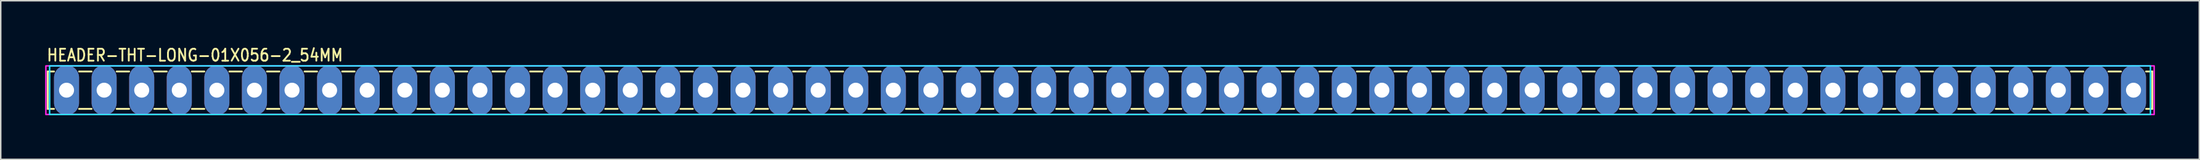
<source format=kicad_pcb>
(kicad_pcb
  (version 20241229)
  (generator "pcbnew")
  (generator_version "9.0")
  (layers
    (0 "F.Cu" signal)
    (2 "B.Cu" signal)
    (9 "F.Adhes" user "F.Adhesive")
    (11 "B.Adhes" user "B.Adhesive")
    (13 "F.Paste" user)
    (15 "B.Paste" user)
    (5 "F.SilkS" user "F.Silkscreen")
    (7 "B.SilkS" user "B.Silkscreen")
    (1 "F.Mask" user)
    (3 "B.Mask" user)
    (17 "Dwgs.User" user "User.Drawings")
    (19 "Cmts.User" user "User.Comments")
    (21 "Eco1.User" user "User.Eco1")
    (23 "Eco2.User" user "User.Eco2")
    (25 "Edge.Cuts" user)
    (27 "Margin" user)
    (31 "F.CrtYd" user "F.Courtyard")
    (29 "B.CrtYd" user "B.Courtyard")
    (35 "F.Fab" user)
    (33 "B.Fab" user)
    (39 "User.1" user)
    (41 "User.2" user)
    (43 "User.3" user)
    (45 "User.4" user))
  (footprint "HEADER-THT-LONG-01X056-2_54MM"
    (layer "F.Cu")
    (at 1.447 3.079)
    (property "Reference" "HEADER-THT-LONG-01X056-2_54MM" (at -1.4 -1.9 0) (unlocked yes) (layer "F.SilkS") (effects (font (size 0.813 0.695) (thickness 0.122)) (justify left bottom)))
    (fp_line (start -1.27 -1.27) (end -1.27 1.27) (stroke (width 0.127) (type solid)) (layer "F.SilkS"))
    (fp_line (start -1.27 1.27) (end -0.85 1.27) (stroke (width 0.127) (type solid)) (layer "F.SilkS"))
    (fp_line (start -0.85 -1.27) (end -1.27 -1.27) (stroke (width 0.127) (type solid)) (layer "F.SilkS"))
    (fp_line (start 0.85 -1.27) (end 1.69 -1.27) (stroke (width 0.127) (type solid)) (layer "F.SilkS"))
    (fp_line (start 0.85 1.27) (end 1.69 1.27) (stroke (width 0.127) (type solid)) (layer "F.SilkS"))
    (fp_line (start 3.39 -1.27) (end 4.23 -1.27) (stroke (width 0.127) (type solid)) (layer "F.SilkS"))
    (fp_line (start 3.39 1.27) (end 4.23 1.27) (stroke (width 0.127) (type solid)) (layer "F.SilkS"))
    (fp_line (start 5.93 -1.27) (end 6.77 -1.27) (stroke (width 0.127) (type solid)) (layer "F.SilkS"))
    (fp_line (start 5.93 1.27) (end 6.77 1.27) (stroke (width 0.127) (type solid)) (layer "F.SilkS"))
    (fp_line (start 8.47 -1.27) (end 9.31 -1.27) (stroke (width 0.127) (type solid)) (layer "F.SilkS"))
    (fp_line (start 8.47 1.27) (end 9.31 1.27) (stroke (width 0.127) (type solid)) (layer "F.SilkS"))
    (fp_line (start 11.01 -1.27) (end 11.85 -1.27) (stroke (width 0.127) (type solid)) (layer "F.SilkS"))
    (fp_line (start 11.01 1.27) (end 11.85 1.27) (stroke (width 0.127) (type solid)) (layer "F.SilkS"))
    (fp_line (start 13.55 -1.27) (end 14.39 -1.27) (stroke (width 0.127) (type solid)) (layer "F.SilkS"))
    (fp_line (start 13.55 1.27) (end 14.39 1.27) (stroke (width 0.127) (type solid)) (layer "F.SilkS"))
    (fp_line (start 16.09 -1.27) (end 16.93 -1.27) (stroke (width 0.127) (type solid)) (layer "F.SilkS"))
    (fp_line (start 16.09 1.27) (end 16.93 1.27) (stroke (width 0.127) (type solid)) (layer "F.SilkS"))
    (fp_line (start 18.63 -1.27) (end 19.47 -1.27) (stroke (width 0.127) (type solid)) (layer "F.SilkS"))
    (fp_line (start 18.63 1.27) (end 19.47 1.27) (stroke (width 0.127) (type solid)) (layer "F.SilkS"))
    (fp_line (start 21.17 -1.27) (end 22.01 -1.27) (stroke (width 0.127) (type solid)) (layer "F.SilkS"))
    (fp_line (start 21.17 1.27) (end 22.01 1.27) (stroke (width 0.127) (type solid)) (layer "F.SilkS"))
    (fp_line (start 23.71 -1.27) (end 24.55 -1.27) (stroke (width 0.127) (type solid)) (layer "F.SilkS"))
    (fp_line (start 23.71 1.27) (end 24.55 1.27) (stroke (width 0.127) (type solid)) (layer "F.SilkS"))
    (fp_line (start 26.25 -1.27) (end 27.09 -1.27) (stroke (width 0.127) (type solid)) (layer "F.SilkS"))
    (fp_line (start 26.25 1.27) (end 27.09 1.27) (stroke (width 0.127) (type solid)) (layer "F.SilkS"))
    (fp_line (start 28.79 -1.27) (end 29.63 -1.27) (stroke (width 0.127) (type solid)) (layer "F.SilkS"))
    (fp_line (start 28.79 1.27) (end 29.63 1.27) (stroke (width 0.127) (type solid)) (layer "F.SilkS"))
    (fp_line (start 31.33 -1.27) (end 32.17 -1.27) (stroke (width 0.127) (type solid)) (layer "F.SilkS"))
    (fp_line (start 31.33 1.27) (end 32.17 1.27) (stroke (width 0.127) (type solid)) (layer "F.SilkS"))
    (fp_line (start 33.87 -1.27) (end 34.71 -1.27) (stroke (width 0.127) (type solid)) (layer "F.SilkS"))
    (fp_line (start 33.87 1.27) (end 34.71 1.27) (stroke (width 0.127) (type solid)) (layer "F.SilkS"))
    (fp_line (start 36.41 -1.27) (end 37.25 -1.27) (stroke (width 0.127) (type solid)) (layer "F.SilkS"))
    (fp_line (start 36.41 1.27) (end 37.25 1.27) (stroke (width 0.127) (type solid)) (layer "F.SilkS"))
    (fp_line (start 38.95 -1.27) (end 39.79 -1.27) (stroke (width 0.127) (type solid)) (layer "F.SilkS"))
    (fp_line (start 38.95 1.27) (end 39.79 1.27) (stroke (width 0.127) (type solid)) (layer "F.SilkS"))
    (fp_line (start 41.49 -1.27) (end 42.33 -1.27) (stroke (width 0.127) (type solid)) (layer "F.SilkS"))
    (fp_line (start 41.49 1.27) (end 42.33 1.27) (stroke (width 0.127) (type solid)) (layer "F.SilkS"))
    (fp_line (start 44.03 -1.27) (end 44.87 -1.27) (stroke (width 0.127) (type solid)) (layer "F.SilkS"))
    (fp_line (start 44.03 1.27) (end 44.87 1.27) (stroke (width 0.127) (type solid)) (layer "F.SilkS"))
    (fp_line (start 46.57 -1.27) (end 47.41 -1.27) (stroke (width 0.127) (type solid)) (layer "F.SilkS"))
    (fp_line (start 46.57 1.27) (end 47.41 1.27) (stroke (width 0.127) (type solid)) (layer "F.SilkS"))
    (fp_line (start 49.11 -1.27) (end 49.95 -1.27) (stroke (width 0.127) (type solid)) (layer "F.SilkS"))
    (fp_line (start 49.11 1.27) (end 49.95 1.27) (stroke (width 0.127) (type solid)) (layer "F.SilkS"))
    (fp_line (start 51.65 -1.27) (end 52.49 -1.27) (stroke (width 0.127) (type solid)) (layer "F.SilkS"))
    (fp_line (start 51.65 1.27) (end 52.49 1.27) (stroke (width 0.127) (type solid)) (layer "F.SilkS"))
    (fp_line (start 54.19 -1.27) (end 55.03 -1.27) (stroke (width 0.127) (type solid)) (layer "F.SilkS"))
    (fp_line (start 54.19 1.27) (end 55.03 1.27) (stroke (width 0.127) (type solid)) (layer "F.SilkS"))
    (fp_line (start 56.73 -1.27) (end 57.57 -1.27) (stroke (width 0.127) (type solid)) (layer "F.SilkS"))
    (fp_line (start 56.73 1.27) (end 57.57 1.27) (stroke (width 0.127) (type solid)) (layer "F.SilkS"))
    (fp_line (start 59.27 -1.27) (end 60.11 -1.27) (stroke (width 0.127) (type solid)) (layer "F.SilkS"))
    (fp_line (start 59.27 1.27) (end 60.11 1.27) (stroke (width 0.127) (type solid)) (layer "F.SilkS"))
    (fp_line (start 61.81 -1.27) (end 62.65 -1.27) (stroke (width 0.127) (type solid)) (layer "F.SilkS"))
    (fp_line (start 61.81 1.27) (end 62.65 1.27) (stroke (width 0.127) (type solid)) (layer "F.SilkS"))
    (fp_line (start 64.35 -1.27) (end 65.19 -1.27) (stroke (width 0.127) (type solid)) (layer "F.SilkS"))
    (fp_line (start 64.35 1.27) (end 65.19 1.27) (stroke (width 0.127) (type solid)) (layer "F.SilkS"))
    (fp_line (start 66.89 -1.27) (end 67.73 -1.27) (stroke (width 0.127) (type solid)) (layer "F.SilkS"))
    (fp_line (start 66.89 1.27) (end 67.73 1.27) (stroke (width 0.127) (type solid)) (layer "F.SilkS"))
    (fp_line (start 69.43 -1.27) (end 70.27 -1.27) (stroke (width 0.127) (type solid)) (layer "F.SilkS"))
    (fp_line (start 69.43 1.27) (end 70.27 1.27) (stroke (width 0.127) (type solid)) (layer "F.SilkS"))
    (fp_line (start 71.97 -1.27) (end 72.81 -1.27) (stroke (width 0.127) (type solid)) (layer "F.SilkS"))
    (fp_line (start 71.97 1.27) (end 72.81 1.27) (stroke (width 0.127) (type solid)) (layer "F.SilkS"))
    (fp_line (start 74.51 -1.27) (end 75.35 -1.27) (stroke (width 0.127) (type solid)) (layer "F.SilkS"))
    (fp_line (start 74.51 1.27) (end 75.35 1.27) (stroke (width 0.127) (type solid)) (layer "F.SilkS"))
    (fp_line (start 77.05 -1.27) (end 77.89 -1.27) (stroke (width 0.127) (type solid)) (layer "F.SilkS"))
    (fp_line (start 77.05 1.27) (end 77.89 1.27) (stroke (width 0.127) (type solid)) (layer "F.SilkS"))
    (fp_line (start 79.59 -1.27) (end 80.43 -1.27) (stroke (width 0.127) (type solid)) (layer "F.SilkS"))
    (fp_line (start 79.59 1.27) (end 80.43 1.27) (stroke (width 0.127) (type solid)) (layer "F.SilkS"))
    (fp_line (start 82.13 -1.27) (end 82.97 -1.27) (stroke (width 0.127) (type solid)) (layer "F.SilkS"))
    (fp_line (start 82.13 1.27) (end 82.97 1.27) (stroke (width 0.127) (type solid)) (layer "F.SilkS"))
    (fp_line (start 84.67 -1.27) (end 85.51 -1.27) (stroke (width 0.127) (type solid)) (layer "F.SilkS"))
    (fp_line (start 84.67 1.27) (end 85.51 1.27) (stroke (width 0.127) (type solid)) (layer "F.SilkS"))
    (fp_line (start 87.21 -1.27) (end 88.05 -1.27) (stroke (width 0.127) (type solid)) (layer "F.SilkS"))
    (fp_line (start 87.21 1.27) (end 88.05 1.27) (stroke (width 0.127) (type solid)) (layer "F.SilkS"))
    (fp_line (start 89.75 -1.27) (end 90.59 -1.27) (stroke (width 0.127) (type solid)) (layer "F.SilkS"))
    (fp_line (start 89.75 1.27) (end 90.59 1.27) (stroke (width 0.127) (type solid)) (layer "F.SilkS"))
    (fp_line (start 92.29 -1.27) (end 93.13 -1.27) (stroke (width 0.127) (type solid)) (layer "F.SilkS"))
    (fp_line (start 92.29 1.27) (end 93.13 1.27) (stroke (width 0.127) (type solid)) (layer "F.SilkS"))
    (fp_line (start 94.83 -1.27) (end 95.67 -1.27) (stroke (width 0.127) (type solid)) (layer "F.SilkS"))
    (fp_line (start 94.83 1.27) (end 95.67 1.27) (stroke (width 0.127) (type solid)) (layer "F.SilkS"))
    (fp_line (start 97.37 -1.27) (end 98.21 -1.27) (stroke (width 0.127) (type solid)) (layer "F.SilkS"))
    (fp_line (start 97.37 1.27) (end 98.21 1.27) (stroke (width 0.127) (type solid)) (layer "F.SilkS"))
    (fp_line (start 99.91 -1.27) (end 100.75 -1.27) (stroke (width 0.127) (type solid)) (layer "F.SilkS"))
    (fp_line (start 99.91 1.27) (end 100.75 1.27) (stroke (width 0.127) (type solid)) (layer "F.SilkS"))
    (fp_line (start 102.45 -1.27) (end 103.29 -1.27) (stroke (width 0.127) (type solid)) (layer "F.SilkS"))
    (fp_line (start 102.45 1.27) (end 103.29 1.27) (stroke (width 0.127) (type solid)) (layer "F.SilkS"))
    (fp_line (start 104.99 -1.27) (end 105.83 -1.27) (stroke (width 0.127) (type solid)) (layer "F.SilkS"))
    (fp_line (start 104.99 1.27) (end 105.83 1.27) (stroke (width 0.127) (type solid)) (layer "F.SilkS"))
    (fp_line (start 107.53 -1.27) (end 108.37 -1.27) (stroke (width 0.127) (type solid)) (layer "F.SilkS"))
    (fp_line (start 107.53 1.27) (end 108.37 1.27) (stroke (width 0.127) (type solid)) (layer "F.SilkS"))
    (fp_line (start 110.07 -1.27) (end 110.91 -1.27) (stroke (width 0.127) (type solid)) (layer "F.SilkS"))
    (fp_line (start 110.07 1.27) (end 110.91 1.27) (stroke (width 0.127) (type solid)) (layer "F.SilkS"))
    (fp_line (start 112.61 -1.27) (end 113.45 -1.27) (stroke (width 0.127) (type solid)) (layer "F.SilkS"))
    (fp_line (start 112.61 1.27) (end 113.45 1.27) (stroke (width 0.127) (type solid)) (layer "F.SilkS"))
    (fp_line (start 115.15 -1.27) (end 115.99 -1.27) (stroke (width 0.127) (type solid)) (layer "F.SilkS"))
    (fp_line (start 115.15 1.27) (end 115.99 1.27) (stroke (width 0.127) (type solid)) (layer "F.SilkS"))
    (fp_line (start 117.69 -1.27) (end 118.53 -1.27) (stroke (width 0.127) (type solid)) (layer "F.SilkS"))
    (fp_line (start 117.69 1.27) (end 118.53 1.27) (stroke (width 0.127) (type solid)) (layer "F.SilkS"))
    (fp_line (start 120.23 -1.27) (end 121.07 -1.27) (stroke (width 0.127) (type solid)) (layer "F.SilkS"))
    (fp_line (start 120.23 1.27) (end 121.07 1.27) (stroke (width 0.127) (type solid)) (layer "F.SilkS"))
    (fp_line (start 122.77 -1.27) (end 123.61 -1.27) (stroke (width 0.127) (type solid)) (layer "F.SilkS"))
    (fp_line (start 122.77 1.27) (end 123.61 1.27) (stroke (width 0.127) (type solid)) (layer "F.SilkS"))
    (fp_line (start 125.31 -1.27) (end 126.15 -1.27) (stroke (width 0.127) (type solid)) (layer "F.SilkS"))
    (fp_line (start 125.31 1.27) (end 126.15 1.27) (stroke (width 0.127) (type solid)) (layer "F.SilkS"))
    (fp_line (start 127.85 -1.27) (end 128.69 -1.27) (stroke (width 0.127) (type solid)) (layer "F.SilkS"))
    (fp_line (start 127.85 1.27) (end 128.69 1.27) (stroke (width 0.127) (type solid)) (layer "F.SilkS"))
    (fp_line (start 130.39 -1.27) (end 131.23 -1.27) (stroke (width 0.127) (type solid)) (layer "F.SilkS"))
    (fp_line (start 130.39 1.27) (end 131.23 1.27) (stroke (width 0.127) (type solid)) (layer "F.SilkS"))
    (fp_line (start 132.93 -1.27) (end 133.77 -1.27) (stroke (width 0.127) (type solid)) (layer "F.SilkS"))
    (fp_line (start 132.93 1.27) (end 133.77 1.27) (stroke (width 0.127) (type solid)) (layer "F.SilkS"))
    (fp_line (start 135.47 -1.27) (end 136.31 -1.27) (stroke (width 0.127) (type solid)) (layer "F.SilkS"))
    (fp_line (start 135.47 1.27) (end 136.31 1.27) (stroke (width 0.127) (type solid)) (layer "F.SilkS"))
    (fp_line (start 138.01 -1.27) (end 138.85 -1.27) (stroke (width 0.127) (type solid)) (layer "F.SilkS"))
    (fp_line (start 138.01 1.27) (end 138.85 1.27) (stroke (width 0.127) (type solid)) (layer "F.SilkS"))
    (fp_line (start 140.55 -1.27) (end 140.97 -1.27) (stroke (width 0.127) (type solid)) (layer "F.SilkS"))
    (fp_line (start 140.97 -1.27) (end 140.97 1.27) (stroke (width 0.127) (type solid)) (layer "F.SilkS"))
    (fp_line (start 140.97 1.27) (end 140.55 1.27) (stroke (width 0.127) (type solid)) (layer "F.SilkS"))
    (fp_poly (pts (xy -1.143 -1.651) (xy 140.843 -1.651) (xy 140.843 1.651) (xy -1.143 1.651)) (stroke (width 0.1) (type solid)) (fill no) (layer "B.CrtYd"))
    (fp_poly (pts (xy -1.397 -1.651) (xy 141.097 -1.651) (xy 141.097 1.651) (xy -1.397 1.651)) (stroke (width 0.1) (type solid)) (fill no) (layer "F.CrtYd"))
    (pad "P$1" thru_hole oval (at 0 0 90) (size 3.387 1.693) (drill 1.016) (layers "*.Cu" "*.Mask"))
    (pad "P$2" thru_hole oval (at 2.54 0 90) (size 3.387 1.693) (drill 1.016) (layers "*.Cu" "*.Mask"))
    (pad "P$3" thru_hole oval (at 5.08 0 90) (size 3.387 1.693) (drill 1.016) (layers "*.Cu" "*.Mask"))
    (pad "P$4" thru_hole oval (at 7.62 0 90) (size 3.387 1.693) (drill 1.016) (layers "*.Cu" "*.Mask"))
    (pad "P$5" thru_hole oval (at 10.16 0 90) (size 3.387 1.693) (drill 1.016) (layers "*.Cu" "*.Mask"))
    (pad "P$6" thru_hole oval (at 12.7 0 90) (size 3.387 1.693) (drill 1.016) (layers "*.Cu" "*.Mask"))
    (pad "P$7" thru_hole oval (at 15.24 0 90) (size 3.387 1.693) (drill 1.016) (layers "*.Cu" "*.Mask"))
    (pad "P$8" thru_hole oval (at 17.78 0 90) (size 3.387 1.693) (drill 1.016) (layers "*.Cu" "*.Mask"))
    (pad "P$9" thru_hole oval (at 20.32 0 90) (size 3.387 1.693) (drill 1.016) (layers "*.Cu" "*.Mask"))
    (pad "P$10" thru_hole oval (at 22.86 0 90) (size 3.387 1.693) (drill 1.016) (layers "*.Cu" "*.Mask"))
    (pad "P$11" thru_hole oval (at 25.4 0 90) (size 3.387 1.693) (drill 1.016) (layers "*.Cu" "*.Mask"))
    (pad "P$12" thru_hole oval (at 27.94 0 90) (size 3.387 1.693) (drill 1.016) (layers "*.Cu" "*.Mask"))
    (pad "P$13" thru_hole oval (at 30.48 0 90) (size 3.387 1.693) (drill 1.016) (layers "*.Cu" "*.Mask"))
    (pad "P$14" thru_hole oval (at 33.02 0 90) (size 3.387 1.693) (drill 1.016) (layers "*.Cu" "*.Mask"))
    (pad "P$15" thru_hole oval (at 35.56 0 90) (size 3.387 1.693) (drill 1.016) (layers "*.Cu" "*.Mask"))
    (pad "P$16" thru_hole oval (at 38.1 0 90) (size 3.387 1.693) (drill 1.016) (layers "*.Cu" "*.Mask"))
    (pad "P$17" thru_hole oval (at 40.64 0 90) (size 3.387 1.693) (drill 1.016) (layers "*.Cu" "*.Mask"))
    (pad "P$18" thru_hole oval (at 43.18 0 90) (size 3.387 1.693) (drill 1.016) (layers "*.Cu" "*.Mask"))
    (pad "P$19" thru_hole oval (at 45.72 0 90) (size 3.387 1.693) (drill 1.016) (layers "*.Cu" "*.Mask"))
    (pad "P$20" thru_hole oval (at 48.26 0 90) (size 3.387 1.693) (drill 1.016) (layers "*.Cu" "*.Mask"))
    (pad "P$21" thru_hole oval (at 50.8 0 90) (size 3.387 1.693) (drill 1.016) (layers "*.Cu" "*.Mask"))
    (pad "P$22" thru_hole oval (at 53.34 0 90) (size 3.387 1.693) (drill 1.016) (layers "*.Cu" "*.Mask"))
    (pad "P$23" thru_hole oval (at 55.88 0 90) (size 3.387 1.693) (drill 1.016) (layers "*.Cu" "*.Mask"))
    (pad "P$24" thru_hole oval (at 58.42 0 90) (size 3.387 1.693) (drill 1.016) (layers "*.Cu" "*.Mask"))
    (pad "P$25" thru_hole oval (at 60.96 0 90) (size 3.387 1.693) (drill 1.016) (layers "*.Cu" "*.Mask"))
    (pad "P$26" thru_hole oval (at 63.5 0 90) (size 3.387 1.693) (drill 1.016) (layers "*.Cu" "*.Mask"))
    (pad "P$27" thru_hole oval (at 66.04 0 90) (size 3.387 1.693) (drill 1.016) (layers "*.Cu" "*.Mask"))
    (pad "P$28" thru_hole oval (at 68.58 0 90) (size 3.387 1.693) (drill 1.016) (layers "*.Cu" "*.Mask"))
    (pad "P$29" thru_hole oval (at 71.12 0 90) (size 3.387 1.693) (drill 1.016) (layers "*.Cu" "*.Mask"))
    (pad "P$30" thru_hole oval (at 73.66 0 90) (size 3.387 1.693) (drill 1.016) (layers "*.Cu" "*.Mask"))
    (pad "P$31" thru_hole oval (at 76.2 0 90) (size 3.387 1.693) (drill 1.016) (layers "*.Cu" "*.Mask"))
    (pad "P$32" thru_hole oval (at 78.74 0 90) (size 3.387 1.693) (drill 1.016) (layers "*.Cu" "*.Mask"))
    (pad "P$33" thru_hole oval (at 81.28 0 90) (size 3.387 1.693) (drill 1.016) (layers "*.Cu" "*.Mask"))
    (pad "P$34" thru_hole oval (at 83.82 0 90) (size 3.387 1.693) (drill 1.016) (layers "*.Cu" "*.Mask"))
    (pad "P$35" thru_hole oval (at 86.36 0 90) (size 3.387 1.693) (drill 1.016) (layers "*.Cu" "*.Mask"))
    (pad "P$36" thru_hole oval (at 88.9 0 90) (size 3.387 1.693) (drill 1.016) (layers "*.Cu" "*.Mask"))
    (pad "P$37" thru_hole oval (at 91.44 0 90) (size 3.387 1.693) (drill 1.016) (layers "*.Cu" "*.Mask"))
    (pad "P$38" thru_hole oval (at 93.98 0 90) (size 3.387 1.693) (drill 1.016) (layers "*.Cu" "*.Mask"))
    (pad "P$39" thru_hole oval (at 96.52 0 90) (size 3.387 1.693) (drill 1.016) (layers "*.Cu" "*.Mask"))
    (pad "P$40" thru_hole oval (at 99.06 0 90) (size 3.387 1.693) (drill 1.016) (layers "*.Cu" "*.Mask"))
    (pad "P$41" thru_hole oval (at 101.6 0 90) (size 3.387 1.693) (drill 1.016) (layers "*.Cu" "*.Mask"))
    (pad "P$42" thru_hole oval (at 104.14 0 90) (size 3.387 1.693) (drill 1.016) (layers "*.Cu" "*.Mask"))
    (pad "P$43" thru_hole oval (at 106.68 0 90) (size 3.387 1.693) (drill 1.016) (layers "*.Cu" "*.Mask"))
    (pad "P$44" thru_hole oval (at 109.22 0 90) (size 3.387 1.693) (drill 1.016) (layers "*.Cu" "*.Mask"))
    (pad "P$45" thru_hole oval (at 111.76 0 90) (size 3.387 1.693) (drill 1.016) (layers "*.Cu" "*.Mask"))
    (pad "P$46" thru_hole oval (at 114.3 0 90) (size 3.387 1.693) (drill 1.016) (layers "*.Cu" "*.Mask"))
    (pad "P$47" thru_hole oval (at 116.84 0 90) (size 3.387 1.693) (drill 1.016) (layers "*.Cu" "*.Mask"))
    (pad "P$48" thru_hole oval (at 119.38 0 90) (size 3.387 1.693) (drill 1.016) (layers "*.Cu" "*.Mask"))
    (pad "P$49" thru_hole oval (at 121.92 0 90) (size 3.387 1.693) (drill 1.016) (layers "*.Cu" "*.Mask"))
    (pad "P$50" thru_hole oval (at 124.46 0 90) (size 3.387 1.693) (drill 1.016) (layers "*.Cu" "*.Mask"))
    (pad "P$51" thru_hole oval (at 127 0 90) (size 3.387 1.693) (drill 1.016) (layers "*.Cu" "*.Mask"))
    (pad "P$52" thru_hole oval (at 129.54 0 90) (size 3.387 1.693) (drill 1.016) (layers "*.Cu" "*.Mask"))
    (pad "P$53" thru_hole oval (at 132.08 0 90) (size 3.387 1.693) (drill 1.016) (layers "*.Cu" "*.Mask"))
    (pad "P$54" thru_hole oval (at 134.62 0 90) (size 3.387 1.693) (drill 1.016) (layers "*.Cu" "*.Mask"))
    (pad "P$55" thru_hole oval (at 137.16 0 90) (size 3.387 1.693) (drill 1.016) (layers "*.Cu" "*.Mask"))
    (pad "P$56" thru_hole oval (at 139.7 0 90) (size 3.387 1.693) (drill 1.016) (layers "*.Cu" "*.Mask")))
  (gr_rect
    (start -3 -3)
    (end 145.594 7.78)
    (stroke (width 0.1) (type default))
    (fill no)
    (layer "Edge.Cuts")))
</source>
